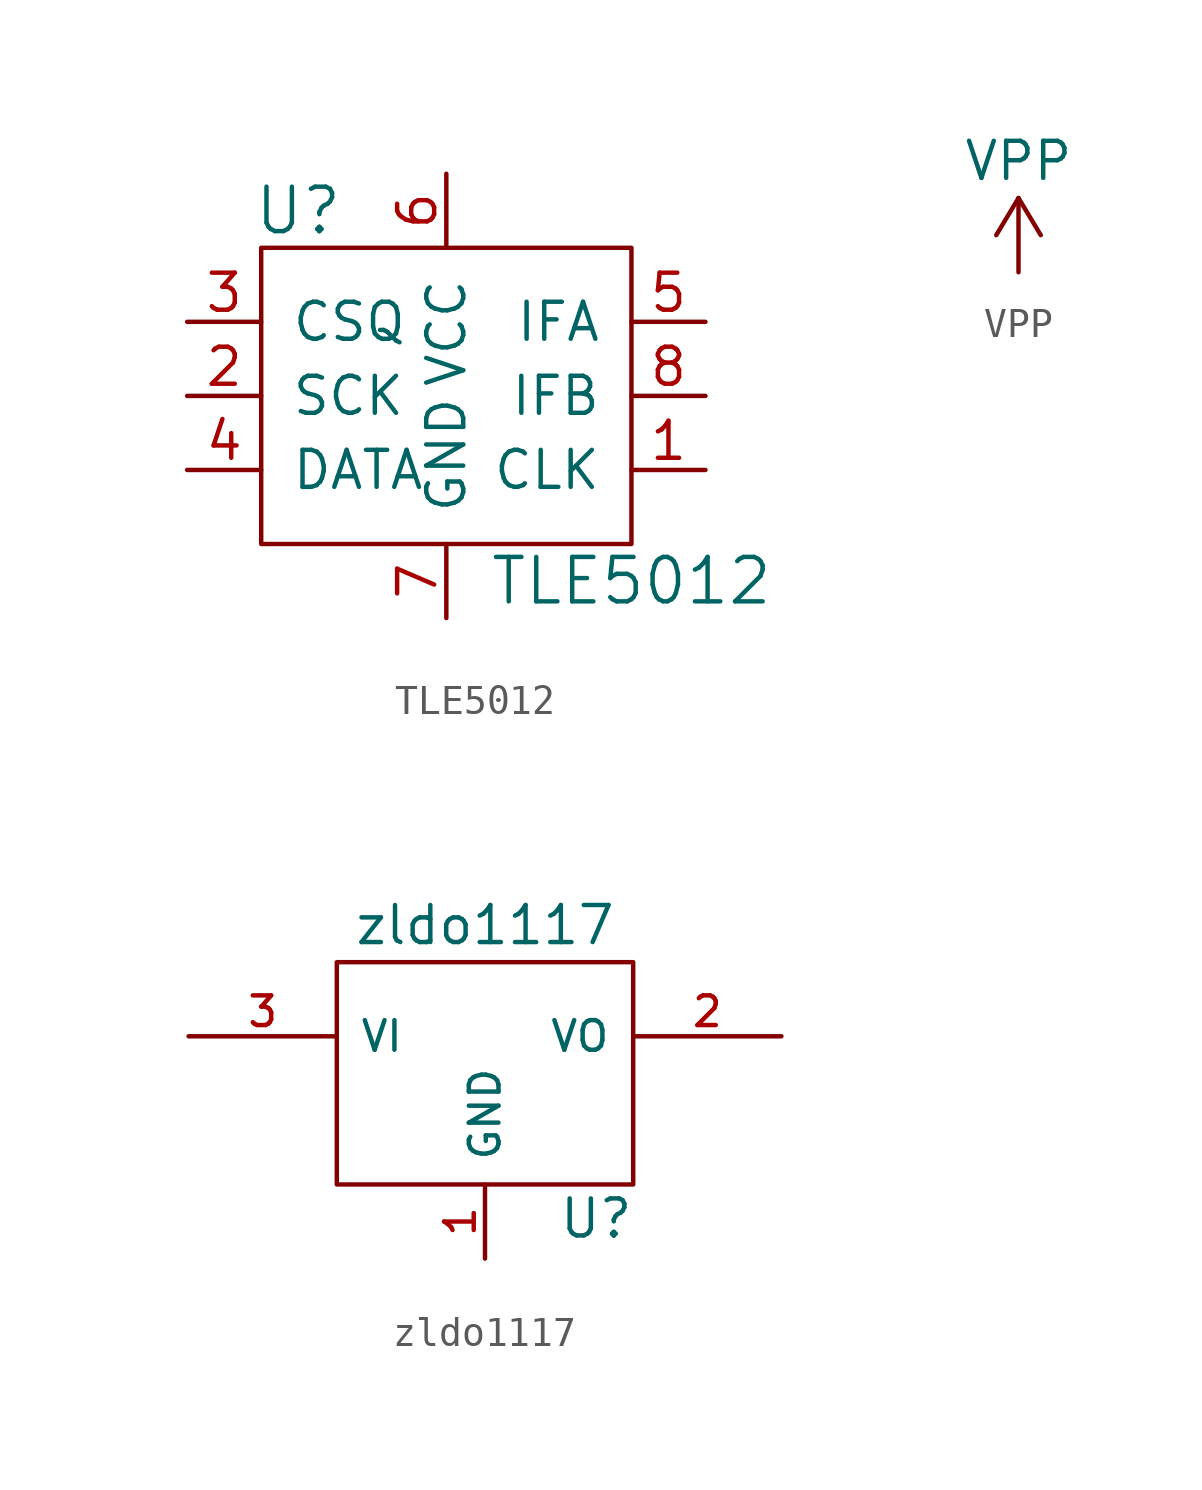
<source format=kicad_sym>
(kicad_symbol_lib
  (version 20220914)
  (generator kicad_symbol_editor)
  (symbol "TLE5012"
    (pin_names
      (offset 1.016))
    (property "Reference" "U"
      (at -5.08 6.35 0)
      (effects (font (size 1.524 1.524))))
    (property "Value" "TLE5012"
      (at 6.35 -6.35 0)
      (effects (font (size 1.524 1.524))))
    (symbol "TLE5012_0_1"
      (rectangle (start -6.35 5.08) (end 6.35 -5.08) (stroke (width 0) (type default)) (fill (type none))))
    (symbol "TLE5012_1_1"
      (pin input line (at 8.89 -2.54 180) (length 2.54) (name "CLK" (effects (font (size 1.27 1.27)))) (number "1" (effects (font (size 1.27 1.27)))))
      (pin input line (at -8.89 0 0) (length 2.54) (name "SCK" (effects (font (size 1.27 1.27)))) (number "2" (effects (font (size 1.27 1.27)))))
      (pin input line (at -8.89 2.54 0) (length 2.54) (name "CSQ" (effects (font (size 1.27 1.27)))) (number "3" (effects (font (size 1.27 1.27)))))
      (pin bidirectional line (at -8.89 -2.54 0) (length 2.54) (name "DATA" (effects (font (size 1.27 1.27)))) (number "4" (effects (font (size 1.27 1.27)))))
      (pin output line (at 8.89 2.54 180) (length 2.54) (name "IFA" (effects (font (size 1.27 1.27)))) (number "5" (effects (font (size 1.27 1.27)))))
      (pin power_in line (at 0 7.62 270) (length 2.54) (name "VCC" (effects (font (size 1.27 1.27)))) (number "6" (effects (font (size 1.27 1.27)))))
      (pin power_in line (at 0 -7.62 90) (length 2.54) (name "GND" (effects (font (size 1.27 1.27)))) (number "7" (effects (font (size 1.27 1.27)))))
      (pin output line (at 8.89 0 180) (length 2.54) (name "IFB" (effects (font (size 1.27 1.27)))) (number "8" (effects (font (size 1.27 1.27)))))))
  (symbol "VPP"
    (power)
    (pin_names
      (offset 0))
    (property "Reference" "#PWR"
      (at 0 -3.81 0)
      (effects (font (size 1.27 1.27)) hide))
    (property "Value" "VPP"
      (at 0 3.81 0)
      (effects (font (size 1.27 1.27))))
    (property "Footprint" ""
      (at 0 0 0)
      (effects (font (size 1.27 1.27))))
    (property "Datasheet" ""
      (at 0 0 0)
      (effects (font (size 1.27 1.27))))
    (symbol "VPP_0_1"
      (polyline (pts (xy -0.762 1.27) (xy 0 2.54)) (stroke (width 0) (type default)) (fill (type none)))
      (polyline (pts (xy 0 0) (xy 0 2.54)) (stroke (width 0) (type default)) (fill (type none)))
      (polyline (pts (xy 0 2.54) (xy 0.762 1.27)) (stroke (width 0) (type default)) (fill (type none))))
    (symbol "VPP_1_1"
      (pin power_in line (at 0 0 90) (length 0) hide (name "VPP" (effects (font (size 1.27 1.27)))) (number "1" (effects (font (size 1.27 1.27)))))))
  (symbol "zldo1117"
    (pin_names
      (offset 0.762))
    (property "Reference" "U"
      (at 3.81 -4.978 0)
      (effects (font (size 1.27 1.27))))
    (property "Value" "zldo1117"
      (at 0 5.08 0)
      (effects (font (size 1.27 1.27))))
    (property "Footprint" ""
      (at 0 0 0)
      (effects (font (size 1.27 1.27))))
    (property "Datasheet" ""
      (at 0 0 0)
      (effects (font (size 1.27 1.27))))
    (symbol "zldo1117_0_1"
      (rectangle (start -5.08 -3.81) (end 5.08 3.81) (stroke (width 0) (type default)) (fill (type none))))
    (symbol "zldo1117_1_1"
      (pin input line (at 0 -6.35 90) (length 2.54) (name "GND" (effects (font (size 1.016 1.016)))) (number "1" (effects (font (size 1.016 1.016)))))
      (pin power_out line (at 10.16 1.27 180) (length 5.08) (name "VO" (effects (font (size 1.016 1.016)))) (number "2" (effects (font (size 1.016 1.016)))))
      (pin input line (at -10.16 1.27 0) (length 5.08) (name "VI" (effects (font (size 1.016 1.016)))) (number "3" (effects (font (size 1.016 1.016))))))))
</source>
